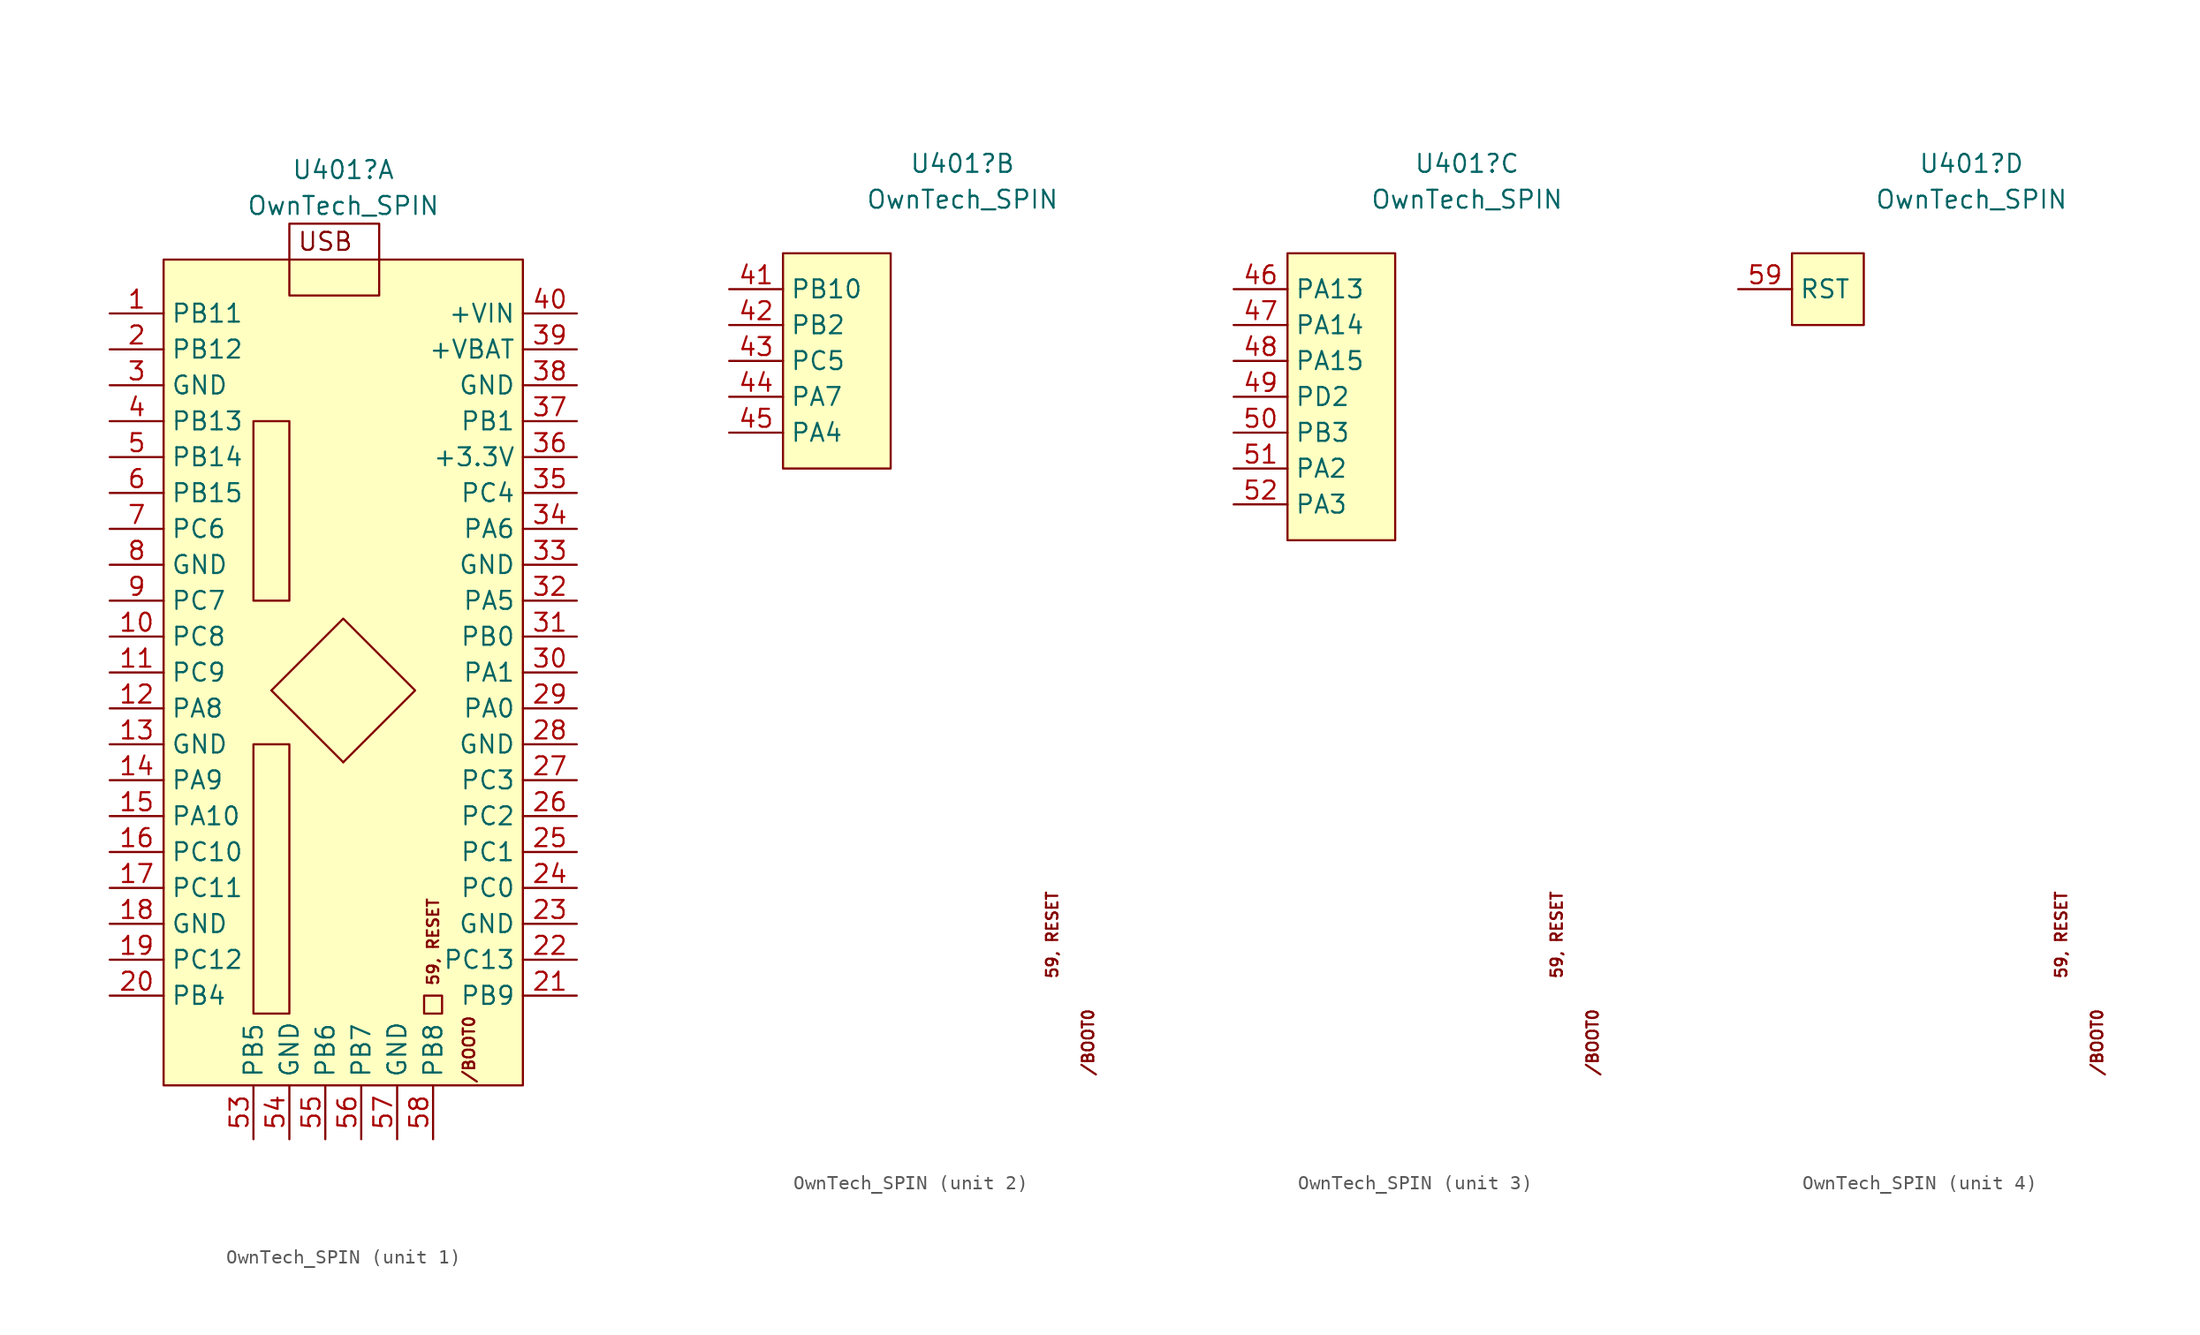
<source format=kicad_sym>
(kicad_symbol_lib
  (version 20241209)
  (generator "kicad_symbol_editor")
  (generator_version "9.0")
  (symbol "OwnTech_SPIN"
    (property "Reference" "U401"
      (at 12.7 6.35 0)
      (effects (font (size 1.27 1.27))))
    (property "Value" "OwnTech_SPIN"
      (at 12.7 3.81 0)
      (effects (font (size 1.27 1.27))))
    (property "ki_locked" ""
      (at 0 0 0)
      (effects (font (size 1.27 1.27))))
    (symbol "OwnTech_SPIN_0_1"
      (text "59, RESET" (at 19.05 -48.26 900) (effects (font (size 0.8 0.8))))
      (text "/BOOT0" (at 21.59 -55.88 900) (effects (font (size 0.8 0.8)))))
    (symbol "OwnTech_SPIN_1_1"
      (rectangle (start 0 0) (end 25.4 -58.42) (stroke (width 0) (type default)) (fill (type background)))
      (rectangle (start 6.35 -11.43) (end 8.89 -24.13) (stroke (width 0) (type default)) (fill (type none)))
      (rectangle (start 6.35 -34.29) (end 8.89 -53.34) (stroke (width 0) (type default)) (fill (type none)))
      (polyline (pts (xy 7.62 -30.48) (xy 12.7 -25.4) (xy 17.78 -30.48) (xy 12.7 -35.56)) (stroke (width 0) (type default)) (fill (type none)))
      (rectangle (start 8.89 2.54) (end 15.24 -2.54) (stroke (width 0) (type default)) (fill (type none)))
      (polyline (pts (xy 12.7 -35.56) (xy 7.62 -30.48)) (stroke (width 0) (type default)) (fill (type none)))
      (rectangle (start 18.415 -52.07) (end 19.685 -53.34) (stroke (width 0) (type default)) (fill (type none)))
      (text "USB" (at 11.43 1.27 0) (effects (font (size 1.27 1.27))))
      (pin passive line (at -3.81 -3.81 0) (length 3.81) (name "PB11" (effects (font (size 1.27 1.27)))) (number "1" (effects (font (size 1.27 1.27)))))
      (pin passive line (at -3.81 -6.35 0) (length 3.81) (name "PB12" (effects (font (size 1.27 1.27)))) (number "2" (effects (font (size 1.27 1.27)))))
      (pin passive line (at -3.81 -8.89 0) (length 3.81) (name "GND" (effects (font (size 1.27 1.27)))) (number "3" (effects (font (size 1.27 1.27)))))
      (pin passive line (at -3.81 -11.43 0) (length 3.81) (name "PB13" (effects (font (size 1.27 1.27)))) (number "4" (effects (font (size 1.27 1.27)))))
      (pin passive line (at -3.81 -13.97 0) (length 3.81) (name "PB14" (effects (font (size 1.27 1.27)))) (number "5" (effects (font (size 1.27 1.27)))))
      (pin passive line (at -3.81 -16.51 0) (length 3.81) (name "PB15" (effects (font (size 1.27 1.27)))) (number "6" (effects (font (size 1.27 1.27)))))
      (pin passive line (at -3.81 -19.05 0) (length 3.81) (name "PC6" (effects (font (size 1.27 1.27)))) (number "7" (effects (font (size 1.27 1.27)))))
      (pin passive line (at -3.81 -21.59 0) (length 3.81) (name "GND" (effects (font (size 1.27 1.27)))) (number "8" (effects (font (size 1.27 1.27)))))
      (pin passive line (at -3.81 -24.13 0) (length 3.81) (name "PC7" (effects (font (size 1.27 1.27)))) (number "9" (effects (font (size 1.27 1.27)))))
      (pin passive line (at -3.81 -26.67 0) (length 3.81) (name "PC8" (effects (font (size 1.27 1.27)))) (number "10" (effects (font (size 1.27 1.27)))))
      (pin passive line (at -3.81 -29.21 0) (length 3.81) (name "PC9" (effects (font (size 1.27 1.27)))) (number "11" (effects (font (size 1.27 1.27)))))
      (pin passive line (at -3.81 -31.75 0) (length 3.81) (name "PA8" (effects (font (size 1.27 1.27)))) (number "12" (effects (font (size 1.27 1.27)))))
      (pin passive line (at -3.81 -34.29 0) (length 3.81) (name "GND" (effects (font (size 1.27 1.27)))) (number "13" (effects (font (size 1.27 1.27)))))
      (pin passive line (at -3.81 -36.83 0) (length 3.81) (name "PA9" (effects (font (size 1.27 1.27)))) (number "14" (effects (font (size 1.27 1.27)))))
      (pin passive line (at -3.81 -39.37 0) (length 3.81) (name "PA10" (effects (font (size 1.27 1.27)))) (number "15" (effects (font (size 1.27 1.27)))))
      (pin passive line (at -3.81 -41.91 0) (length 3.81) (name "PC10" (effects (font (size 1.27 1.27)))) (number "16" (effects (font (size 1.27 1.27)))))
      (pin passive line (at -3.81 -44.45 0) (length 3.81) (name "PC11" (effects (font (size 1.27 1.27)))) (number "17" (effects (font (size 1.27 1.27)))))
      (pin passive line (at -3.81 -46.99 0) (length 3.81) (name "GND" (effects (font (size 1.27 1.27)))) (number "18" (effects (font (size 1.27 1.27)))))
      (pin passive line (at -3.81 -49.53 0) (length 3.81) (name "PC12" (effects (font (size 1.27 1.27)))) (number "19" (effects (font (size 1.27 1.27)))))
      (pin passive line (at -3.81 -52.07 0) (length 3.81) (name "PB4" (effects (font (size 1.27 1.27)))) (number "20" (effects (font (size 1.27 1.27)))))
      (pin passive line (at 6.35 -62.23 90) (length 3.81) (name "PB5" (effects (font (size 1.27 1.27)))) (number "53" (effects (font (size 1.27 1.27)))))
      (pin passive line (at 8.89 -62.23 90) (length 3.81) (name "GND" (effects (font (size 1.27 1.27)))) (number "54" (effects (font (size 1.27 1.27)))))
      (pin passive line (at 11.43 -62.23 90) (length 3.81) (name "PB6" (effects (font (size 1.27 1.27)))) (number "55" (effects (font (size 1.27 1.27)))))
      (pin passive line (at 13.97 -62.23 90) (length 3.81) (name "PB7" (effects (font (size 1.27 1.27)))) (number "56" (effects (font (size 1.27 1.27)))))
      (pin passive line (at 16.51 -62.23 90) (length 3.81) (name "GND" (effects (font (size 1.27 1.27)))) (number "57" (effects (font (size 1.27 1.27)))))
      (pin passive line (at 19.05 -62.23 90) (length 3.81) (name "PB8" (effects (font (size 1.27 1.27)))) (number "58" (effects (font (size 1.27 1.27)))))
      (pin power_in line (at 29.21 -3.81 180) (length 3.81) (name "+VIN" (effects (font (size 1.27 1.27)))) (number "40" (effects (font (size 1.27 1.27)))))
      (pin power_in line (at 29.21 -6.35 180) (length 3.81) (name "+VBAT" (effects (font (size 1.27 1.27)))) (number "39" (effects (font (size 1.27 1.27)))))
      (pin passive line (at 29.21 -8.89 180) (length 3.81) (name "GND" (effects (font (size 1.27 1.27)))) (number "38" (effects (font (size 1.27 1.27)))))
      (pin passive line (at 29.21 -11.43 180) (length 3.81) (name "PB1" (effects (font (size 1.27 1.27)))) (number "37" (effects (font (size 1.27 1.27)))))
      (pin power_out line (at 29.21 -13.97 180) (length 3.81) (name "+3.3V" (effects (font (size 1.27 1.27)))) (number "36" (effects (font (size 1.27 1.27)))))
      (pin passive line (at 29.21 -16.51 180) (length 3.81) (name "PC4" (effects (font (size 1.27 1.27)))) (number "35" (effects (font (size 1.27 1.27)))))
      (pin passive line (at 29.21 -19.05 180) (length 3.81) (name "PA6" (effects (font (size 1.27 1.27)))) (number "34" (effects (font (size 1.27 1.27)))))
      (pin passive line (at 29.21 -21.59 180) (length 3.81) (name "GND" (effects (font (size 1.27 1.27)))) (number "33" (effects (font (size 1.27 1.27)))))
      (pin passive line (at 29.21 -24.13 180) (length 3.81) (name "PA5" (effects (font (size 1.27 1.27)))) (number "32" (effects (font (size 1.27 1.27)))))
      (pin passive line (at 29.21 -26.67 180) (length 3.81) (name "PB0" (effects (font (size 1.27 1.27)))) (number "31" (effects (font (size 1.27 1.27)))))
      (pin passive line (at 29.21 -29.21 180) (length 3.81) (name "PA1" (effects (font (size 1.27 1.27)))) (number "30" (effects (font (size 1.27 1.27)))))
      (pin passive line (at 29.21 -31.75 180) (length 3.81) (name "PA0" (effects (font (size 1.27 1.27)))) (number "29" (effects (font (size 1.27 1.27)))))
      (pin passive line (at 29.21 -34.29 180) (length 3.81) (name "GND" (effects (font (size 1.27 1.27)))) (number "28" (effects (font (size 1.27 1.27)))))
      (pin passive line (at 29.21 -36.83 180) (length 3.81) (name "PC3" (effects (font (size 1.27 1.27)))) (number "27" (effects (font (size 1.27 1.27)))))
      (pin passive line (at 29.21 -39.37 180) (length 3.81) (name "PC2" (effects (font (size 1.27 1.27)))) (number "26" (effects (font (size 1.27 1.27)))))
      (pin passive line (at 29.21 -41.91 180) (length 3.81) (name "PC1" (effects (font (size 1.27 1.27)))) (number "25" (effects (font (size 1.27 1.27)))))
      (pin passive line (at 29.21 -44.45 180) (length 3.81) (name "PC0" (effects (font (size 1.27 1.27)))) (number "24" (effects (font (size 1.27 1.27)))))
      (pin passive line (at 29.21 -46.99 180) (length 3.81) (name "GND" (effects (font (size 1.27 1.27)))) (number "23" (effects (font (size 1.27 1.27)))))
      (pin passive line (at 29.21 -49.53 180) (length 3.81) (name "PC13" (effects (font (size 1.27 1.27)))) (number "22" (effects (font (size 1.27 1.27)))))
      (pin passive line (at 29.21 -52.07 180) (length 3.81) (name "PB9" (effects (font (size 1.27 1.27)))) (number "21" (effects (font (size 1.27 1.27))))))
    (symbol "OwnTech_SPIN_2_1"
      (rectangle (start 0 0) (end 7.62 -15.24) (stroke (width 0) (type default)) (fill (type background)))
      (pin passive line (at -3.81 -2.54 0) (length 3.81) (name "PB10" (effects (font (size 1.27 1.27)))) (number "41" (effects (font (size 1.27 1.27)))))
      (pin passive line (at -3.81 -5.08 0) (length 3.81) (name "PB2" (effects (font (size 1.27 1.27)))) (number "42" (effects (font (size 1.27 1.27)))))
      (pin passive line (at -3.81 -7.62 0) (length 3.81) (name "PC5" (effects (font (size 1.27 1.27)))) (number "43" (effects (font (size 1.27 1.27)))))
      (pin passive line (at -3.81 -10.16 0) (length 3.81) (name "PA7" (effects (font (size 1.27 1.27)))) (number "44" (effects (font (size 1.27 1.27)))))
      (pin passive line (at -3.81 -12.7 0) (length 3.81) (name "PA4" (effects (font (size 1.27 1.27)))) (number "45" (effects (font (size 1.27 1.27))))))
    (symbol "OwnTech_SPIN_3_1"
      (rectangle (start 0 0) (end 7.62 -20.32) (stroke (width 0) (type default)) (fill (type background)))
      (pin passive line (at -3.81 -2.54 0) (length 3.81) (name "PA13" (effects (font (size 1.27 1.27)))) (number "46" (effects (font (size 1.27 1.27)))))
      (pin passive line (at -3.81 -5.08 0) (length 3.81) (name "PA14" (effects (font (size 1.27 1.27)))) (number "47" (effects (font (size 1.27 1.27)))))
      (pin passive line (at -3.81 -7.62 0) (length 3.81) (name "PA15" (effects (font (size 1.27 1.27)))) (number "48" (effects (font (size 1.27 1.27)))))
      (pin passive line (at -3.81 -10.16 0) (length 3.81) (name "PD2" (effects (font (size 1.27 1.27)))) (number "49" (effects (font (size 1.27 1.27)))))
      (pin passive line (at -3.81 -12.7 0) (length 3.81) (name "PB3" (effects (font (size 1.27 1.27)))) (number "50" (effects (font (size 1.27 1.27)))))
      (pin passive line (at -3.81 -15.24 0) (length 3.81) (name "PA2" (effects (font (size 1.27 1.27)))) (number "51" (effects (font (size 1.27 1.27)))))
      (pin passive line (at -3.81 -17.78 0) (length 3.81) (name "PA3" (effects (font (size 1.27 1.27)))) (number "52" (effects (font (size 1.27 1.27))))))
    (symbol "OwnTech_SPIN_4_1"
      (rectangle (start 0 0) (end 5.08 -5.08) (stroke (width 0) (type default)) (fill (type background)))
      (pin passive line (at -3.81 -2.54 0) (length 3.81) (name "RST" (effects (font (size 1.27 1.27)))) (number "59" (effects (font (size 1.27 1.27))))))))
</source>
